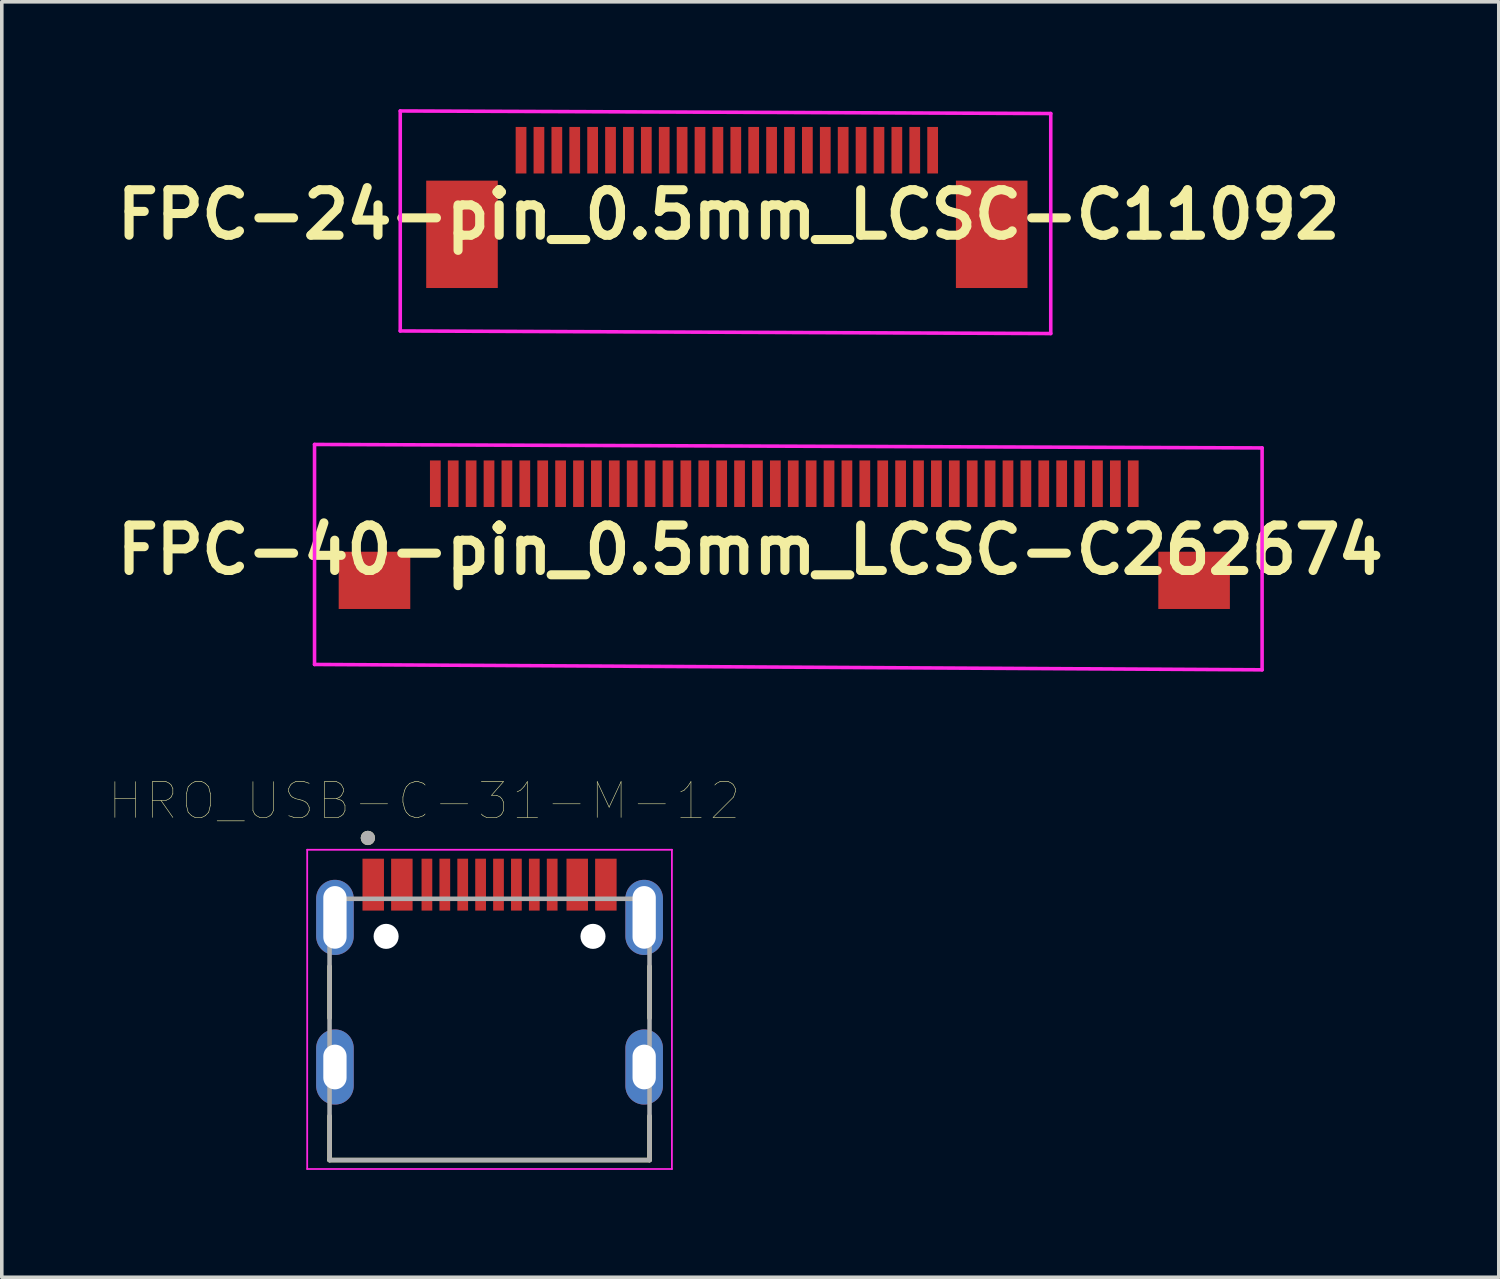
<source format=kicad_pcb>
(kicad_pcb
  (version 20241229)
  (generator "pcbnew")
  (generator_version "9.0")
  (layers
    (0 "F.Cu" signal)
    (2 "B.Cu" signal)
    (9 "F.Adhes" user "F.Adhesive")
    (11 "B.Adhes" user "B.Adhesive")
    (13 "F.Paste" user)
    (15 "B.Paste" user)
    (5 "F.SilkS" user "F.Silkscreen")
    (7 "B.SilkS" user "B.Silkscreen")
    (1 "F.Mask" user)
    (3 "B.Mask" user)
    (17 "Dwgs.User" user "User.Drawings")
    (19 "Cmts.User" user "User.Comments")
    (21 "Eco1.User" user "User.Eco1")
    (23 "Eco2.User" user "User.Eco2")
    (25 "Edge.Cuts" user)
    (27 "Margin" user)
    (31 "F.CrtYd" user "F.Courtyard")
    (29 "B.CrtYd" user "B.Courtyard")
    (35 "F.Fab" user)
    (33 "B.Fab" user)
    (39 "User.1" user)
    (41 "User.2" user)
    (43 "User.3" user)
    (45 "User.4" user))
  (footprint "FPC-24-pin_0.5mm_LCSC-C11092"
    (layer "F.Cu")
    (at 11.508 1.147)
    (property "Reference" "FPC-24-pin_0.5mm_LCSC-C11092" (at 5.8 1.8 0) (layer "F.SilkS") (effects (font (size 1.27 1.27) (thickness 0.254))))
    (attr through_hole)
    (fp_line (start -3.375 -1.097) (end -3.375 5.05) (stroke (width 0.1) (type solid)) (layer "F.CrtYd"))
    (fp_line (start -3.375 5.05) (end 14.8 5.122) (stroke (width 0.1) (type solid)) (layer "F.CrtYd"))
    (fp_line (start 14.8 -1.025) (end -3.375 -1.097) (stroke (width 0.1) (type solid)) (layer "F.CrtYd"))
    (fp_line (start 14.8 5.122) (end 14.8 -1.025) (stroke (width 0.1) (type solid)) (layer "F.CrtYd"))
    (pad "0" smd rect (at -1.65 2.35) (size 2 3) (layers "F.Cu" "F.Mask" "F.Paste"))
    (pad "0" smd rect (at 13.15 2.35) (size 2 3) (layers "F.Cu" "F.Mask" "F.Paste"))
    (pad "1" smd rect (at 0 0) (size 0.3 1.3) (layers "F.Cu" "F.Mask" "F.Paste"))
    (pad "2" smd rect (at 0.5 0) (size 0.3 1.3) (layers "F.Cu" "F.Mask" "F.Paste"))
    (pad "3" smd rect (at 1 0) (size 0.3 1.3) (layers "F.Cu" "F.Mask" "F.Paste"))
    (pad "4" smd rect (at 1.5 0) (size 0.3 1.3) (layers "F.Cu" "F.Mask" "F.Paste"))
    (pad "5" smd rect (at 2 0) (size 0.3 1.3) (layers "F.Cu" "F.Mask" "F.Paste"))
    (pad "6" smd rect (at 2.5 0) (size 0.3 1.3) (layers "F.Cu" "F.Mask" "F.Paste"))
    (pad "7" smd rect (at 3 0) (size 0.3 1.3) (layers "F.Cu" "F.Mask" "F.Paste"))
    (pad "8" smd rect (at 3.5 0) (size 0.3 1.3) (layers "F.Cu" "F.Mask" "F.Paste"))
    (pad "9" smd rect (at 4 0) (size 0.3 1.3) (layers "F.Cu" "F.Mask" "F.Paste"))
    (pad "10" smd rect (at 4.5 0) (size 0.3 1.3) (layers "F.Cu" "F.Mask" "F.Paste"))
    (pad "11" smd rect (at 5 0) (size 0.3 1.3) (layers "F.Cu" "F.Mask" "F.Paste"))
    (pad "12" smd rect (at 5.5 0) (size 0.3 1.3) (layers "F.Cu" "F.Mask" "F.Paste"))
    (pad "13" smd rect (at 6 0) (size 0.3 1.3) (layers "F.Cu" "F.Mask" "F.Paste"))
    (pad "14" smd rect (at 6.5 0) (size 0.3 1.3) (layers "F.Cu" "F.Mask" "F.Paste"))
    (pad "15" smd rect (at 7 0) (size 0.3 1.3) (layers "F.Cu" "F.Mask" "F.Paste"))
    (pad "16" smd rect (at 7.5 0) (size 0.3 1.3) (layers "F.Cu" "F.Mask" "F.Paste"))
    (pad "17" smd rect (at 8 0) (size 0.3 1.3) (layers "F.Cu" "F.Mask" "F.Paste"))
    (pad "18" smd rect (at 8.5 0) (size 0.3 1.3) (layers "F.Cu" "F.Mask" "F.Paste"))
    (pad "19" smd rect (at 9 0) (size 0.3 1.3) (layers "F.Cu" "F.Mask" "F.Paste"))
    (pad "20" smd rect (at 9.5 0) (size 0.3 1.3) (layers "F.Cu" "F.Mask" "F.Paste"))
    (pad "21" smd rect (at 10 0) (size 0.3 1.3) (layers "F.Cu" "F.Mask" "F.Paste"))
    (pad "22" smd rect (at 10.5 0) (size 0.3 1.3) (layers "F.Cu" "F.Mask" "F.Paste"))
    (pad "23" smd rect (at 11 0) (size 0.3 1.3) (layers "F.Cu" "F.Mask" "F.Paste"))
    (pad "24" smd rect (at 11.5 0) (size 0.3 1.3) (layers "F.Cu" "F.Mask" "F.Paste")))
  (footprint "FPC-40-pin_0.5mm_LCSC-C262674"
    (layer "F.Cu")
    (at 18.003 13.005)
    (property "Reference" "FPC-40-pin_0.5mm_LCSC-C262674" (at -0.09 -0.69 0) (layer "F.SilkS") (effects (font (size 1.27 1.27) (thickness 0.254))))
    (attr through_hole)
    (fp_line (start -12.265 -3.637) (end -12.265 2.51) (stroke (width 0.1) (type solid)) (layer "F.CrtYd"))
    (fp_line (start -12.265 2.51) (end 14.21 2.66) (stroke (width 0.1) (type solid)) (layer "F.CrtYd"))
    (fp_line (start 14.21 -3.54) (end -12.265 -3.637) (stroke (width 0.1) (type solid)) (layer "F.CrtYd"))
    (fp_line (start 14.21 2.66) (end 14.21 -3.54) (stroke (width 0.1) (type solid)) (layer "F.CrtYd"))
    (pad "0" smd rect (at -10.59 0.16) (size 2 1.6) (layers "F.Cu" "F.Mask" "F.Paste"))
    (pad "0" smd rect (at 12.31 0.16) (size 2 1.6) (layers "F.Cu" "F.Mask" "F.Paste"))
    (pad "1" smd rect (at -8.89 -2.54) (size 0.3 1.3) (layers "F.Cu" "F.Mask" "F.Paste"))
    (pad "2" smd rect (at -8.39 -2.54) (size 0.3 1.3) (layers "F.Cu" "F.Mask" "F.Paste"))
    (pad "3" smd rect (at -7.89 -2.54) (size 0.3 1.3) (layers "F.Cu" "F.Mask" "F.Paste"))
    (pad "4" smd rect (at -7.39 -2.54) (size 0.3 1.3) (layers "F.Cu" "F.Mask" "F.Paste"))
    (pad "5" smd rect (at -6.89 -2.54) (size 0.3 1.3) (layers "F.Cu" "F.Mask" "F.Paste"))
    (pad "6" smd rect (at -6.39 -2.54) (size 0.3 1.3) (layers "F.Cu" "F.Mask" "F.Paste"))
    (pad "7" smd rect (at -5.89 -2.54) (size 0.3 1.3) (layers "F.Cu" "F.Mask" "F.Paste"))
    (pad "8" smd rect (at -5.39 -2.54) (size 0.3 1.3) (layers "F.Cu" "F.Mask" "F.Paste"))
    (pad "9" smd rect (at -4.89 -2.54) (size 0.3 1.3) (layers "F.Cu" "F.Mask" "F.Paste"))
    (pad "10" smd rect (at -4.39 -2.54) (size 0.3 1.3) (layers "F.Cu" "F.Mask" "F.Paste"))
    (pad "11" smd rect (at -3.89 -2.54) (size 0.3 1.3) (layers "F.Cu" "F.Mask" "F.Paste"))
    (pad "12" smd rect (at -3.39 -2.54) (size 0.3 1.3) (layers "F.Cu" "F.Mask" "F.Paste"))
    (pad "13" smd rect (at -2.89 -2.54) (size 0.3 1.3) (layers "F.Cu" "F.Mask" "F.Paste"))
    (pad "14" smd rect (at -2.39 -2.54) (size 0.3 1.3) (layers "F.Cu" "F.Mask" "F.Paste"))
    (pad "15" smd rect (at -1.89 -2.54) (size 0.3 1.3) (layers "F.Cu" "F.Mask" "F.Paste"))
    (pad "16" smd rect (at -1.39 -2.54) (size 0.3 1.3) (layers "F.Cu" "F.Mask" "F.Paste"))
    (pad "17" smd rect (at -0.89 -2.54) (size 0.3 1.3) (layers "F.Cu" "F.Mask" "F.Paste"))
    (pad "18" smd rect (at -0.39 -2.54) (size 0.3 1.3) (layers "F.Cu" "F.Mask" "F.Paste"))
    (pad "19" smd rect (at 0.11 -2.54) (size 0.3 1.3) (layers "F.Cu" "F.Mask" "F.Paste"))
    (pad "20" smd rect (at 0.61 -2.54) (size 0.3 1.3) (layers "F.Cu" "F.Mask" "F.Paste"))
    (pad "21" smd rect (at 1.11 -2.54) (size 0.3 1.3) (layers "F.Cu" "F.Mask" "F.Paste"))
    (pad "22" smd rect (at 1.61 -2.54) (size 0.3 1.3) (layers "F.Cu" "F.Mask" "F.Paste"))
    (pad "23" smd rect (at 2.11 -2.54) (size 0.3 1.3) (layers "F.Cu" "F.Mask" "F.Paste"))
    (pad "24" smd rect (at 2.61 -2.54) (size 0.3 1.3) (layers "F.Cu" "F.Mask" "F.Paste"))
    (pad "25" smd rect (at 3.11 -2.54) (size 0.3 1.3) (layers "F.Cu" "F.Mask" "F.Paste"))
    (pad "26" smd rect (at 3.61 -2.54) (size 0.3 1.3) (layers "F.Cu" "F.Mask" "F.Paste"))
    (pad "27" smd rect (at 4.11 -2.54) (size 0.3 1.3) (layers "F.Cu" "F.Mask" "F.Paste"))
    (pad "28" smd rect (at 4.61 -2.54) (size 0.3 1.3) (layers "F.Cu" "F.Mask" "F.Paste"))
    (pad "29" smd rect (at 5.11 -2.54) (size 0.3 1.3) (layers "F.Cu" "F.Mask" "F.Paste"))
    (pad "30" smd rect (at 5.61 -2.54) (size 0.3 1.3) (layers "F.Cu" "F.Mask" "F.Paste"))
    (pad "31" smd rect (at 6.11 -2.54) (size 0.3 1.3) (layers "F.Cu" "F.Mask" "F.Paste"))
    (pad "32" smd rect (at 6.61 -2.54) (size 0.3 1.3) (layers "F.Cu" "F.Mask" "F.Paste"))
    (pad "33" smd rect (at 7.11 -2.54) (size 0.3 1.3) (layers "F.Cu" "F.Mask" "F.Paste"))
    (pad "34" smd rect (at 7.61 -2.54) (size 0.3 1.3) (layers "F.Cu" "F.Mask" "F.Paste"))
    (pad "35" smd rect (at 8.11 -2.54) (size 0.3 1.3) (layers "F.Cu" "F.Mask" "F.Paste"))
    (pad "36" smd rect (at 8.61 -2.54) (size 0.3 1.3) (layers "F.Cu" "F.Mask" "F.Paste"))
    (pad "37" smd rect (at 9.11 -2.54) (size 0.3 1.3) (layers "F.Cu" "F.Mask" "F.Paste"))
    (pad "38" smd rect (at 9.61 -2.54) (size 0.3 1.3) (layers "F.Cu" "F.Mask" "F.Paste"))
    (pad "39" smd rect (at 10.11 -2.54) (size 0.3 1.3) (layers "F.Cu" "F.Mask" "F.Paste"))
    (pad "40" smd rect (at 10.61 -2.54) (size 0.3 1.3) (layers "F.Cu" "F.Mask" "F.Paste")))
  (footprint "HRO_USB-C-31-M-12"
    (layer "F.Cu")
    (at 10.628 26.762)
    (property "Reference" "HRO_USB-C-31-M-12" (at -1.825 -7.435 0) (layer "F.SilkS") (effects (font (size 1 1) (thickness 0.015))))
    (attr through_hole)
    (fp_line (start -4.47 -2.81) (end -4.47 -1.37) (stroke (width 0.127) (type solid)) (layer "F.SilkS"))
    (fp_line (start -4.47 2.6) (end -4.47 1.37) (stroke (width 0.127) (type solid)) (layer "F.SilkS"))
    (fp_line (start 4.47 -2.81) (end 4.47 -1.37) (stroke (width 0.127) (type solid)) (layer "F.SilkS"))
    (fp_line (start 4.47 1.37) (end 4.47 2.6) (stroke (width 0.127) (type solid)) (layer "F.SilkS"))
    (fp_line (start 4.47 2.6) (end -4.47 2.6) (stroke (width 0.127) (type solid)) (layer "F.SilkS"))
    (fp_circle (center -3.4 -6.4) (end -3.3 -6.4) (stroke (width 0.2) (type solid)) (fill no) (layer "F.SilkS"))
    (fp_line (start -5.095 -6.07) (end -5.095 2.85) (stroke (width 0.05) (type solid)) (layer "F.CrtYd"))
    (fp_line (start -5.095 2.85) (end 5.095 2.85) (stroke (width 0.05) (type solid)) (layer "F.CrtYd"))
    (fp_line (start 5.095 -6.07) (end -5.095 -6.07) (stroke (width 0.05) (type solid)) (layer "F.CrtYd"))
    (fp_line (start 5.095 2.85) (end 5.095 -6.07) (stroke (width 0.05) (type solid)) (layer "F.CrtYd"))
    (fp_line (start -4.47 -4.7) (end -4.47 2.6) (stroke (width 0.127) (type solid)) (layer "F.Fab"))
    (fp_line (start -4.47 2.6) (end 4.47 2.6) (stroke (width 0.127) (type solid)) (layer "F.Fab"))
    (fp_line (start 4.47 -4.7) (end -4.47 -4.7) (stroke (width 0.127) (type solid)) (layer "F.Fab"))
    (fp_line (start 4.47 2.6) (end 4.47 -4.7) (stroke (width 0.127) (type solid)) (layer "F.Fab"))
    (fp_circle (center -3.4 -6.4) (end -3.3 -6.4) (stroke (width 0.2) (type solid)) (fill no) (layer "F.Fab"))
    (pad "" np_thru_hole circle (at -2.89 -3.65) (size 0.7 0.7) (drill 0.7) (layers "*.Cu" "*.Mask"))
    (pad "" np_thru_hole circle (at 2.89 -3.65) (size 0.7 0.7) (drill 0.7) (layers "*.Cu" "*.Mask"))
    (pad "A1B12" smd rect (at -3.25 -5.095) (size 0.6 1.45) (layers "F.Cu" "F.Mask" "F.Paste"))
    (pad "A4B9" smd rect (at -2.45 -5.095) (size 0.6 1.45) (layers "F.Cu" "F.Mask" "F.Paste"))
    (pad "A5" smd rect (at -1.25 -5.095) (size 0.3 1.45) (layers "F.Cu" "F.Mask" "F.Paste"))
    (pad "A6" smd rect (at -0.25 -5.095) (size 0.3 1.45) (layers "F.Cu" "F.Mask" "F.Paste"))
    (pad "A7" smd rect (at 0.25 -5.095) (size 0.3 1.45) (layers "F.Cu" "F.Mask" "F.Paste"))
    (pad "A8" smd rect (at 1.25 -5.095) (size 0.3 1.45) (layers "F.Cu" "F.Mask" "F.Paste"))
    (pad "B1A12" smd rect (at 3.25 -5.095) (size 0.6 1.45) (layers "F.Cu" "F.Mask" "F.Paste"))
    (pad "B4A9" smd rect (at 2.45 -5.095) (size 0.6 1.45) (layers "F.Cu" "F.Mask" "F.Paste"))
    (pad "B5" smd rect (at 1.75 -5.095) (size 0.3 1.45) (layers "F.Cu" "F.Mask" "F.Paste"))
    (pad "B6" smd rect (at 0.75 -5.095) (size 0.3 1.45) (layers "F.Cu" "F.Mask" "F.Paste"))
    (pad "B7" smd rect (at -0.75 -5.095) (size 0.3 1.45) (layers "F.Cu" "F.Mask" "F.Paste"))
    (pad "B8" smd rect (at -1.75 -5.095) (size 0.3 1.45) (layers "F.Cu" "F.Mask" "F.Paste"))
    (pad "S1" thru_hole oval (at -4.32 -4.18) (size 1.05 2.1) (drill oval 0.65 1.75) (layers "*.Cu" "*.Mask"))
    (pad "S2" thru_hole oval (at 4.32 -4.18) (size 1.05 2.1) (drill oval 0.65 1.75) (layers "*.Cu" "*.Mask"))
    (pad "S3" thru_hole oval (at -4.32 0) (size 1.05 2.1) (drill oval 0.65 1.25) (layers "*.Cu" "*.Mask"))
    (pad "S4" thru_hole oval (at 4.32 0) (size 1.05 2.1) (drill oval 0.65 1.25) (layers "*.Cu" "*.Mask")))
  (gr_rect
    (start -3 -3)
    (end 38.826 32.637)
    (stroke (width 0.1) (type default))
    (fill no)
    (layer "Edge.Cuts")))
</source>
